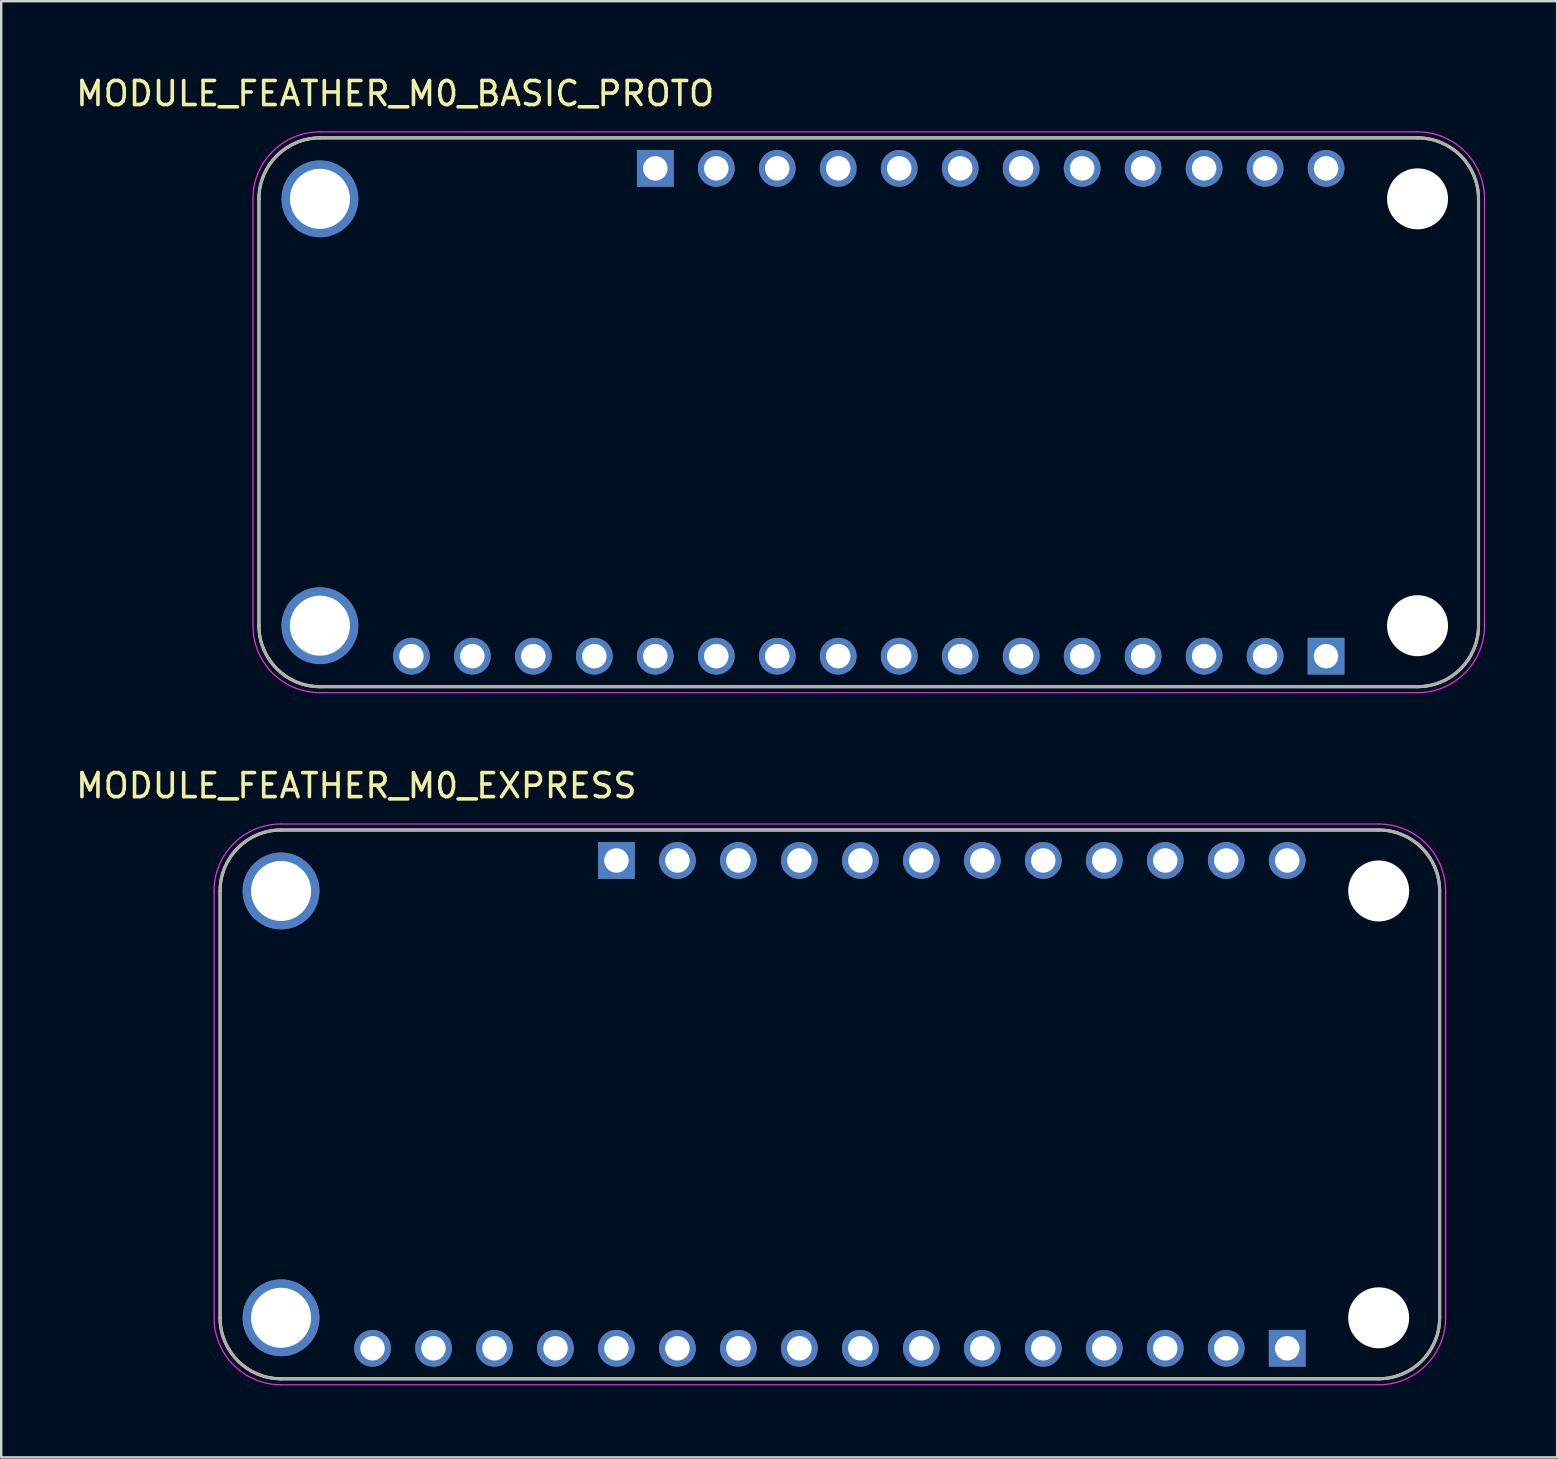
<source format=kicad_pcb>
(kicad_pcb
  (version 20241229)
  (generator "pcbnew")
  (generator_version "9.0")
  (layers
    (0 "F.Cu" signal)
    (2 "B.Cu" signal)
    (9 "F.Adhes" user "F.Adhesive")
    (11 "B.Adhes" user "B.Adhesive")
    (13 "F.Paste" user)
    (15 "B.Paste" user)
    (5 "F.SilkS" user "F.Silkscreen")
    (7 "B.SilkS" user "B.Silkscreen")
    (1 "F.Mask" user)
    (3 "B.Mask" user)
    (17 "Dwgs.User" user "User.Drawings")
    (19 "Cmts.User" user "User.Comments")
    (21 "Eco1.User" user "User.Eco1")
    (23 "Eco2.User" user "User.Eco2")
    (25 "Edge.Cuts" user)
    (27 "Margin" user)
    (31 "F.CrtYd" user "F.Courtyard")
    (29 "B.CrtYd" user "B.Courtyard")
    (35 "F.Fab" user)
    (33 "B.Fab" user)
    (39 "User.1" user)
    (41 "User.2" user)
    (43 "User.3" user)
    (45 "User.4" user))
  (footprint "MODULE_FEATHER_M0_EXPRESS"
    (layer "F.Cu")
    (at 31.517 42.952)
    (property "Reference" "MODULE_FEATHER_M0_EXPRESS" (at -19.725 -13.275 0) (layer "F.SilkS") (effects (font (size 1 1) (thickness 0.15))))
    (attr through_hole)
    (fp_line (start -25.4 8.89) (end -25.4 -8.89) (stroke (width 0.127) (type solid)) (layer "F.SilkS"))
    (fp_line (start -22.86 -11.43) (end 22.86 -11.43) (stroke (width 0.127) (type solid)) (layer "F.SilkS"))
    (fp_line (start 22.86 11.43) (end -22.86 11.43) (stroke (width 0.127) (type solid)) (layer "F.SilkS"))
    (fp_line (start 25.4 -8.89) (end 25.4 8.89) (stroke (width 0.127) (type solid)) (layer "F.SilkS"))
    (fp_arc (start -25.4 -8.89) (mid -24.656051 -10.686051) (end -22.86 -11.43) (stroke (width 0.127) (type solid)) (layer "F.SilkS"))
    (fp_arc (start -22.86 11.43) (mid -24.656051 10.686051) (end -25.4 8.89) (stroke (width 0.127) (type solid)) (layer "F.SilkS"))
    (fp_arc (start 22.86 -11.43) (mid 24.656051 -10.686051) (end 25.4 -8.89) (stroke (width 0.127) (type solid)) (layer "F.SilkS"))
    (fp_arc (start 25.4 8.89) (mid 24.656051 10.686051) (end 22.86 11.43) (stroke (width 0.127) (type solid)) (layer "F.SilkS"))
    (fp_line (start -25.65 -8.89) (end -25.65 8.89) (stroke (width 0.05) (type solid)) (layer "F.CrtYd"))
    (fp_line (start -22.86 11.68) (end 22.86 11.68) (stroke (width 0.05) (type solid)) (layer "F.CrtYd"))
    (fp_line (start 22.86 -11.68) (end -22.86 -11.68) (stroke (width 0.05) (type solid)) (layer "F.CrtYd"))
    (fp_line (start 25.65 8.89) (end 25.65 -8.89) (stroke (width 0.05) (type solid)) (layer "F.CrtYd"))
    (fp_arc (start -25.65 -8.89) (mid -24.832828 -10.862828) (end -22.86 -11.68) (stroke (width 0.05) (type solid)) (layer "F.CrtYd"))
    (fp_arc (start -22.86 11.68) (mid -24.832828 10.862828) (end -25.65 8.89) (stroke (width 0.05) (type solid)) (layer "F.CrtYd"))
    (fp_arc (start 22.86 -11.68) (mid 24.832828 -10.862828) (end 25.65 -8.89) (stroke (width 0.05) (type solid)) (layer "F.CrtYd"))
    (fp_arc (start 25.65 8.89) (mid 24.832828 10.862828) (end 22.86 11.68) (stroke (width 0.05) (type solid)) (layer "F.CrtYd"))
    (fp_line (start -25.4 8.89) (end -25.4 -8.89) (stroke (width 0.127) (type solid)) (layer "F.Fab"))
    (fp_line (start -22.86 -11.43) (end 22.86 -11.43) (stroke (width 0.127) (type solid)) (layer "F.Fab"))
    (fp_line (start 22.86 11.43) (end -22.86 11.43) (stroke (width 0.127) (type solid)) (layer "F.Fab"))
    (fp_line (start 25.4 -8.89) (end 25.4 8.89) (stroke (width 0.127) (type solid)) (layer "F.Fab"))
    (fp_arc (start -25.4 -8.89) (mid -24.656051 -10.686051) (end -22.86 -11.43) (stroke (width 0.127) (type solid)) (layer "F.Fab"))
    (fp_arc (start -22.86 11.43) (mid -24.656051 10.686051) (end -25.4 8.89) (stroke (width 0.127) (type solid)) (layer "F.Fab"))
    (fp_arc (start 22.86 -11.43) (mid 24.656051 -10.686051) (end 25.4 -8.89) (stroke (width 0.127) (type solid)) (layer "F.Fab"))
    (fp_arc (start 25.4 8.89) (mid 24.656051 10.686051) (end 22.86 11.43) (stroke (width 0.127) (type solid)) (layer "F.Fab"))
    (pad "" np_thru_hole circle (at 22.86 -8.89) (size 2.54 2.54) (drill 2.54) (layers "*.Cu" "*.Mask"))
    (pad "" np_thru_hole circle (at 22.86 8.89) (size 2.54 2.54) (drill 2.54) (layers "*.Cu" "*.Mask"))
    (pad "P$1" thru_hole circle (at -22.86 -8.89) (size 3.2 3.2) (drill 2.5) (layers "*.Cu" "*.Mask"))
    (pad "P$2" thru_hole circle (at -22.86 8.89) (size 3.2 3.2) (drill 2.5) (layers "*.Cu" "*.Mask"))
    (pad "P1_1" thru_hole rect (at 19.05 10.16) (size 1.53 1.53) (drill 1.02) (layers "*.Cu" "*.Mask"))
    (pad "P1_2" thru_hole circle (at 16.51 10.16) (size 1.53 1.53) (drill 1.02) (layers "*.Cu" "*.Mask"))
    (pad "P1_3" thru_hole circle (at 13.97 10.16) (size 1.53 1.53) (drill 1.02) (layers "*.Cu" "*.Mask"))
    (pad "P1_4" thru_hole circle (at 11.43 10.16) (size 1.53 1.53) (drill 1.02) (layers "*.Cu" "*.Mask"))
    (pad "P1_5" thru_hole circle (at 8.89 10.16) (size 1.53 1.53) (drill 1.02) (layers "*.Cu" "*.Mask"))
    (pad "P1_6" thru_hole circle (at 6.35 10.16) (size 1.53 1.53) (drill 1.02) (layers "*.Cu" "*.Mask"))
    (pad "P1_7" thru_hole circle (at 3.81 10.16) (size 1.53 1.53) (drill 1.02) (layers "*.Cu" "*.Mask"))
    (pad "P1_8" thru_hole circle (at 1.27 10.16) (size 1.53 1.53) (drill 1.02) (layers "*.Cu" "*.Mask"))
    (pad "P1_9" thru_hole circle (at -1.27 10.16) (size 1.53 1.53) (drill 1.02) (layers "*.Cu" "*.Mask"))
    (pad "P1_10" thru_hole circle (at -3.81 10.16) (size 1.53 1.53) (drill 1.02) (layers "*.Cu" "*.Mask"))
    (pad "P1_11" thru_hole circle (at -6.35 10.16) (size 1.53 1.53) (drill 1.02) (layers "*.Cu" "*.Mask"))
    (pad "P1_12" thru_hole circle (at -8.89 10.16) (size 1.53 1.53) (drill 1.02) (layers "*.Cu" "*.Mask"))
    (pad "P1_13" thru_hole circle (at -11.43 10.16) (size 1.53 1.53) (drill 1.02) (layers "*.Cu" "*.Mask"))
    (pad "P1_14" thru_hole circle (at -13.97 10.16) (size 1.53 1.53) (drill 1.02) (layers "*.Cu" "*.Mask"))
    (pad "P1_15" thru_hole circle (at -16.51 10.16) (size 1.53 1.53) (drill 1.02) (layers "*.Cu" "*.Mask"))
    (pad "P1_16" thru_hole circle (at -19.05 10.16) (size 1.53 1.53) (drill 1.02) (layers "*.Cu" "*.Mask"))
    (pad "P2_1" thru_hole rect (at -8.89 -10.16) (size 1.53 1.53) (drill 1.02) (layers "*.Cu" "*.Mask"))
    (pad "P2_2" thru_hole circle (at -6.35 -10.16) (size 1.53 1.53) (drill 1.02) (layers "*.Cu" "*.Mask"))
    (pad "P2_3" thru_hole circle (at -3.81 -10.16) (size 1.53 1.53) (drill 1.02) (layers "*.Cu" "*.Mask"))
    (pad "P2_4" thru_hole circle (at -1.27 -10.16) (size 1.53 1.53) (drill 1.02) (layers "*.Cu" "*.Mask"))
    (pad "P2_5" thru_hole circle (at 1.27 -10.16) (size 1.53 1.53) (drill 1.02) (layers "*.Cu" "*.Mask"))
    (pad "P2_6" thru_hole circle (at 3.81 -10.16) (size 1.53 1.53) (drill 1.02) (layers "*.Cu" "*.Mask"))
    (pad "P2_7" thru_hole circle (at 6.35 -10.16) (size 1.53 1.53) (drill 1.02) (layers "*.Cu" "*.Mask"))
    (pad "P2_8" thru_hole circle (at 8.89 -10.16) (size 1.53 1.53) (drill 1.02) (layers "*.Cu" "*.Mask"))
    (pad "P2_9" thru_hole circle (at 11.43 -10.16) (size 1.53 1.53) (drill 1.02) (layers "*.Cu" "*.Mask"))
    (pad "P2_10" thru_hole circle (at 13.97 -10.16) (size 1.53 1.53) (drill 1.02) (layers "*.Cu" "*.Mask"))
    (pad "P2_11" thru_hole circle (at 16.51 -10.16) (size 1.53 1.53) (drill 1.02) (layers "*.Cu" "*.Mask"))
    (pad "P2_12" thru_hole circle (at 19.05 -10.16) (size 1.53 1.53) (drill 1.02) (layers "*.Cu" "*.Mask")))
  (footprint "MODULE_FEATHER_M0_BASIC_PROTO"
    (layer "F.Cu")
    (at 33.136 14.123)
    (property "Reference" "MODULE_FEATHER_M0_BASIC_PROTO" (at -19.725 -13.275 0) (layer "F.SilkS") (effects (font (size 1 1) (thickness 0.15))))
    (attr through_hole)
    (fp_line (start -25.4 8.89) (end -25.4 -8.89) (stroke (width 0.127) (type solid)) (layer "F.SilkS"))
    (fp_line (start -22.86 -11.43) (end 22.86 -11.43) (stroke (width 0.127) (type solid)) (layer "F.SilkS"))
    (fp_line (start 22.86 11.43) (end -22.86 11.43) (stroke (width 0.127) (type solid)) (layer "F.SilkS"))
    (fp_line (start 25.4 -8.89) (end 25.4 8.89) (stroke (width 0.127) (type solid)) (layer "F.SilkS"))
    (fp_arc (start -25.4 -8.89) (mid -24.656051 -10.686051) (end -22.86 -11.43) (stroke (width 0.127) (type solid)) (layer "F.SilkS"))
    (fp_arc (start -22.86 11.43) (mid -24.656051 10.686051) (end -25.4 8.89) (stroke (width 0.127) (type solid)) (layer "F.SilkS"))
    (fp_arc (start 22.86 -11.43) (mid 24.656051 -10.686051) (end 25.4 -8.89) (stroke (width 0.127) (type solid)) (layer "F.SilkS"))
    (fp_arc (start 25.4 8.89) (mid 24.656051 10.686051) (end 22.86 11.43) (stroke (width 0.127) (type solid)) (layer "F.SilkS"))
    (fp_line (start -25.65 -8.89) (end -25.65 8.89) (stroke (width 0.05) (type solid)) (layer "F.CrtYd"))
    (fp_line (start -22.86 11.68) (end 22.86 11.68) (stroke (width 0.05) (type solid)) (layer "F.CrtYd"))
    (fp_line (start 22.86 -11.68) (end -22.86 -11.68) (stroke (width 0.05) (type solid)) (layer "F.CrtYd"))
    (fp_line (start 25.65 8.89) (end 25.65 -8.89) (stroke (width 0.05) (type solid)) (layer "F.CrtYd"))
    (fp_arc (start -25.65 -8.89) (mid -24.832828 -10.862828) (end -22.86 -11.68) (stroke (width 0.05) (type solid)) (layer "F.CrtYd"))
    (fp_arc (start -22.86 11.68) (mid -24.832828 10.862828) (end -25.65 8.89) (stroke (width 0.05) (type solid)) (layer "F.CrtYd"))
    (fp_arc (start 22.86 -11.68) (mid 24.832828 -10.862828) (end 25.65 -8.89) (stroke (width 0.05) (type solid)) (layer "F.CrtYd"))
    (fp_arc (start 25.65 8.89) (mid 24.832828 10.862828) (end 22.86 11.68) (stroke (width 0.05) (type solid)) (layer "F.CrtYd"))
    (fp_line (start -25.4 8.89) (end -25.4 -8.89) (stroke (width 0.127) (type solid)) (layer "F.Fab"))
    (fp_line (start -22.86 -11.43) (end 22.86 -11.43) (stroke (width 0.127) (type solid)) (layer "F.Fab"))
    (fp_line (start 22.86 11.43) (end -22.86 11.43) (stroke (width 0.127) (type solid)) (layer "F.Fab"))
    (fp_line (start 25.4 -8.89) (end 25.4 8.89) (stroke (width 0.127) (type solid)) (layer "F.Fab"))
    (fp_arc (start -25.4 -8.89) (mid -24.656051 -10.686051) (end -22.86 -11.43) (stroke (width 0.127) (type solid)) (layer "F.Fab"))
    (fp_arc (start -22.86 11.43) (mid -24.656051 10.686051) (end -25.4 8.89) (stroke (width 0.127) (type solid)) (layer "F.Fab"))
    (fp_arc (start 22.86 -11.43) (mid 24.656051 -10.686051) (end 25.4 -8.89) (stroke (width 0.127) (type solid)) (layer "F.Fab"))
    (fp_arc (start 25.4 8.89) (mid 24.656051 10.686051) (end 22.86 11.43) (stroke (width 0.127) (type solid)) (layer "F.Fab"))
    (pad "" np_thru_hole circle (at 22.86 -8.89) (size 2.54 2.54) (drill 2.54) (layers "*.Cu" "*.Mask"))
    (pad "" np_thru_hole circle (at 22.86 8.89) (size 2.54 2.54) (drill 2.54) (layers "*.Cu" "*.Mask"))
    (pad "P$1" thru_hole circle (at -22.86 -8.89) (size 3.2 3.2) (drill 2.5) (layers "*.Cu" "*.Mask"))
    (pad "P$2" thru_hole circle (at -22.86 8.89) (size 3.2 3.2) (drill 2.5) (layers "*.Cu" "*.Mask"))
    (pad "P1_1" thru_hole rect (at 19.05 10.16) (size 1.53 1.53) (drill 1.02) (layers "*.Cu" "*.Mask"))
    (pad "P1_2" thru_hole circle (at 16.51 10.16) (size 1.53 1.53) (drill 1.02) (layers "*.Cu" "*.Mask"))
    (pad "P1_3" thru_hole circle (at 13.97 10.16) (size 1.53 1.53) (drill 1.02) (layers "*.Cu" "*.Mask"))
    (pad "P1_4" thru_hole circle (at 11.43 10.16) (size 1.53 1.53) (drill 1.02) (layers "*.Cu" "*.Mask"))
    (pad "P1_5" thru_hole circle (at 8.89 10.16) (size 1.53 1.53) (drill 1.02) (layers "*.Cu" "*.Mask"))
    (pad "P1_6" thru_hole circle (at 6.35 10.16) (size 1.53 1.53) (drill 1.02) (layers "*.Cu" "*.Mask"))
    (pad "P1_7" thru_hole circle (at 3.81 10.16) (size 1.53 1.53) (drill 1.02) (layers "*.Cu" "*.Mask"))
    (pad "P1_8" thru_hole circle (at 1.27 10.16) (size 1.53 1.53) (drill 1.02) (layers "*.Cu" "*.Mask"))
    (pad "P1_9" thru_hole circle (at -1.27 10.16) (size 1.53 1.53) (drill 1.02) (layers "*.Cu" "*.Mask"))
    (pad "P1_10" thru_hole circle (at -3.81 10.16) (size 1.53 1.53) (drill 1.02) (layers "*.Cu" "*.Mask"))
    (pad "P1_11" thru_hole circle (at -6.35 10.16) (size 1.53 1.53) (drill 1.02) (layers "*.Cu" "*.Mask"))
    (pad "P1_12" thru_hole circle (at -8.89 10.16) (size 1.53 1.53) (drill 1.02) (layers "*.Cu" "*.Mask"))
    (pad "P1_13" thru_hole circle (at -11.43 10.16) (size 1.53 1.53) (drill 1.02) (layers "*.Cu" "*.Mask"))
    (pad "P1_14" thru_hole circle (at -13.97 10.16) (size 1.53 1.53) (drill 1.02) (layers "*.Cu" "*.Mask"))
    (pad "P1_15" thru_hole circle (at -16.51 10.16) (size 1.53 1.53) (drill 1.02) (layers "*.Cu" "*.Mask"))
    (pad "P1_16" thru_hole circle (at -19.05 10.16) (size 1.53 1.53) (drill 1.02) (layers "*.Cu" "*.Mask"))
    (pad "P2_1" thru_hole rect (at -8.89 -10.16) (size 1.53 1.53) (drill 1.02) (layers "*.Cu" "*.Mask"))
    (pad "P2_2" thru_hole circle (at -6.35 -10.16) (size 1.53 1.53) (drill 1.02) (layers "*.Cu" "*.Mask"))
    (pad "P2_3" thru_hole circle (at -3.81 -10.16) (size 1.53 1.53) (drill 1.02) (layers "*.Cu" "*.Mask"))
    (pad "P2_4" thru_hole circle (at -1.27 -10.16) (size 1.53 1.53) (drill 1.02) (layers "*.Cu" "*.Mask"))
    (pad "P2_5" thru_hole circle (at 1.27 -10.16) (size 1.53 1.53) (drill 1.02) (layers "*.Cu" "*.Mask"))
    (pad "P2_6" thru_hole circle (at 3.81 -10.16) (size 1.53 1.53) (drill 1.02) (layers "*.Cu" "*.Mask"))
    (pad "P2_7" thru_hole circle (at 6.35 -10.16) (size 1.53 1.53) (drill 1.02) (layers "*.Cu" "*.Mask"))
    (pad "P2_8" thru_hole circle (at 8.89 -10.16) (size 1.53 1.53) (drill 1.02) (layers "*.Cu" "*.Mask"))
    (pad "P2_9" thru_hole circle (at 11.43 -10.16) (size 1.53 1.53) (drill 1.02) (layers "*.Cu" "*.Mask"))
    (pad "P2_10" thru_hole circle (at 13.97 -10.16) (size 1.53 1.53) (drill 1.02) (layers "*.Cu" "*.Mask"))
    (pad "P2_11" thru_hole circle (at 16.51 -10.16) (size 1.53 1.53) (drill 1.02) (layers "*.Cu" "*.Mask"))
    (pad "P2_12" thru_hole circle (at 19.05 -10.16) (size 1.53 1.53) (drill 1.02) (layers "*.Cu" "*.Mask")))
  (gr_rect
    (start -3 -3)
    (end 61.811 57.657)
    (stroke (width 0.1) (type default))
    (fill no)
    (layer "Edge.Cuts")))
</source>
